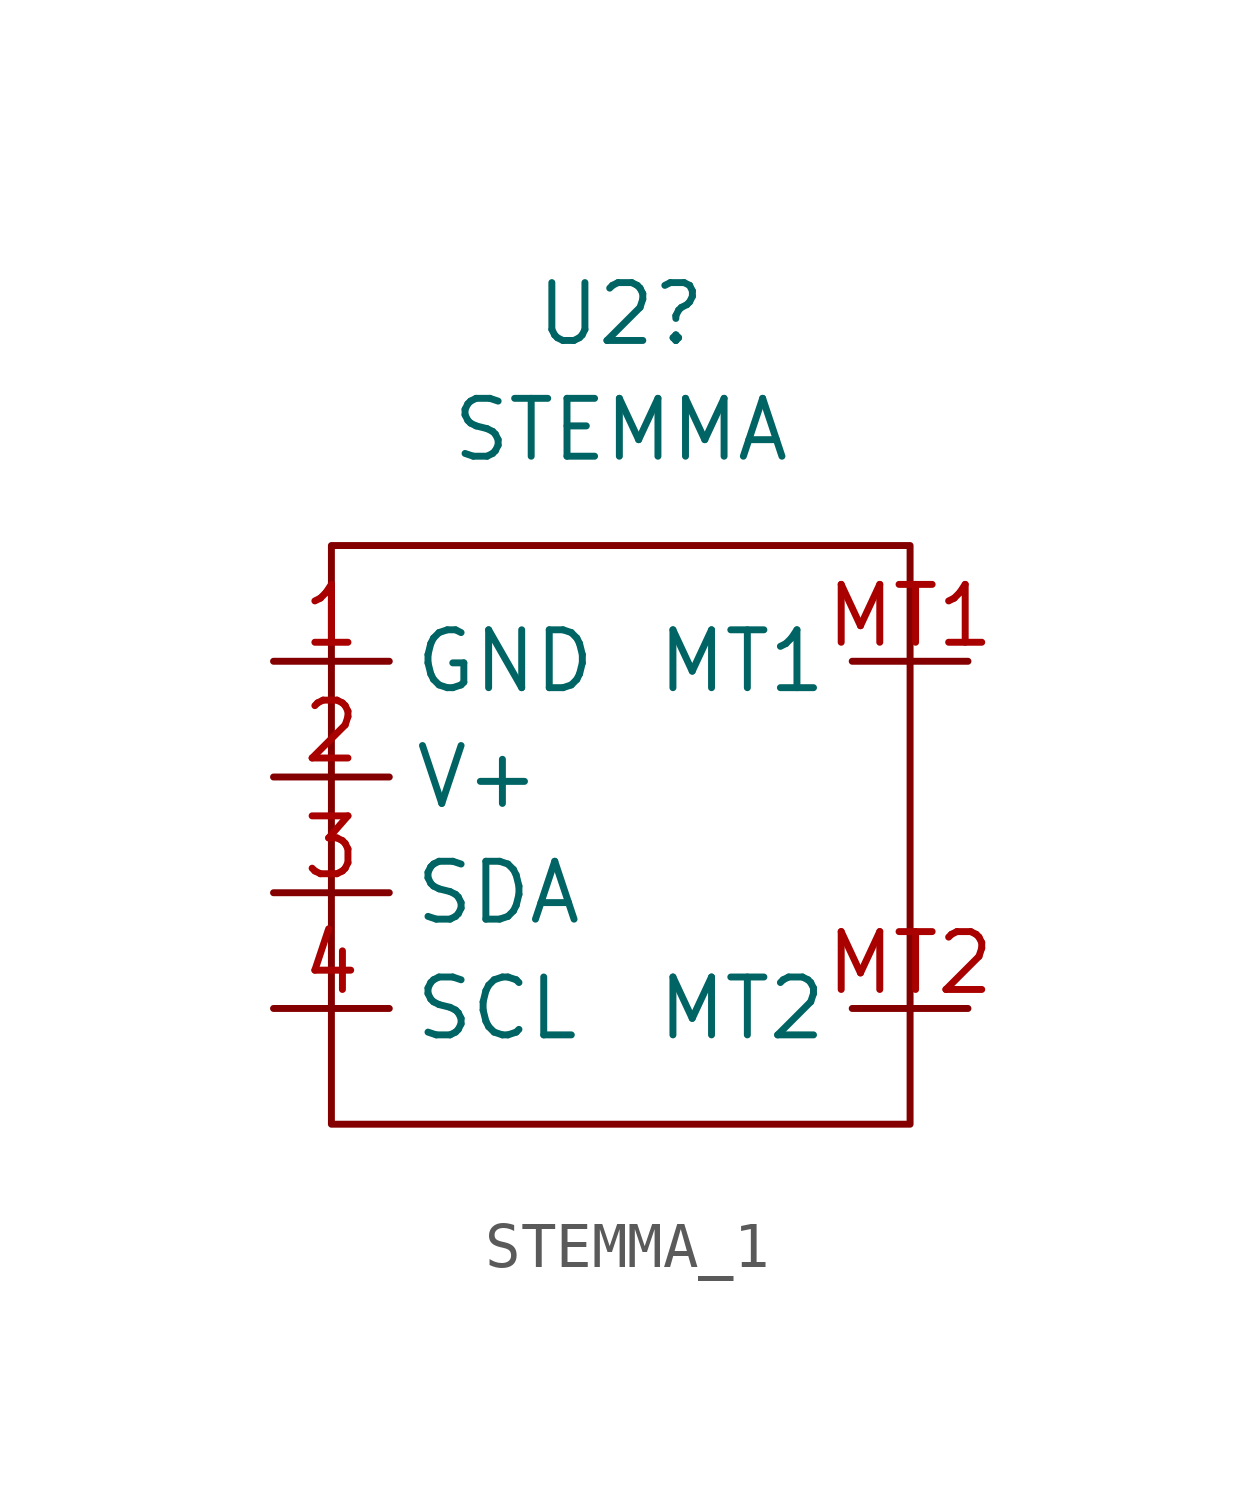
<source format=kicad_sym>
(kicad_symbol_lib
  (version 20220914)
  (generator kicad_symbol_editor)
  (symbol "STEMMA_1"
    (property "Reference" "U2"
      (at 2.54 11.43 0)
      (effects (font (size 1.27 1.27))))
    (property "Value" "STEMMA"
      (at 2.54 8.89 0)
      (effects (font (size 1.27 1.27))))
    (symbol "STEMMA_1_0_1"
      (rectangle (start -3.81 6.35) (end 8.89 -6.35) (stroke (width 0) (type default)) (fill (type none))))
    (symbol "STEMMA_1_1_1"
      (pin input line (at -5.08 3.81 0) (length 2.54) (name "GND" (effects (font (size 1.27 1.27)))) (number "1" (effects (font (size 1.27 1.27)))))
      (pin input line (at -5.08 1.27 0) (length 2.54) (name "V+" (effects (font (size 1.27 1.27)))) (number "2" (effects (font (size 1.27 1.27)))))
      (pin input line (at -5.08 -1.27 0) (length 2.54) (name "SDA" (effects (font (size 1.27 1.27)))) (number "3" (effects (font (size 1.27 1.27)))))
      (pin input line (at -5.08 -3.81 0) (length 2.54) (name "SCL" (effects (font (size 1.27 1.27)))) (number "4" (effects (font (size 1.27 1.27)))))
      (pin input line (at 10.16 3.81 180) (length 2.54) (name "MT1" (effects (font (size 1.27 1.27)))) (number "MT1" (effects (font (size 1.27 1.27)))))
      (pin input line (at 10.16 -3.81 180) (length 2.54) (name "MT2" (effects (font (size 1.27 1.27)))) (number "MT2" (effects (font (size 1.27 1.27))))))))
</source>
